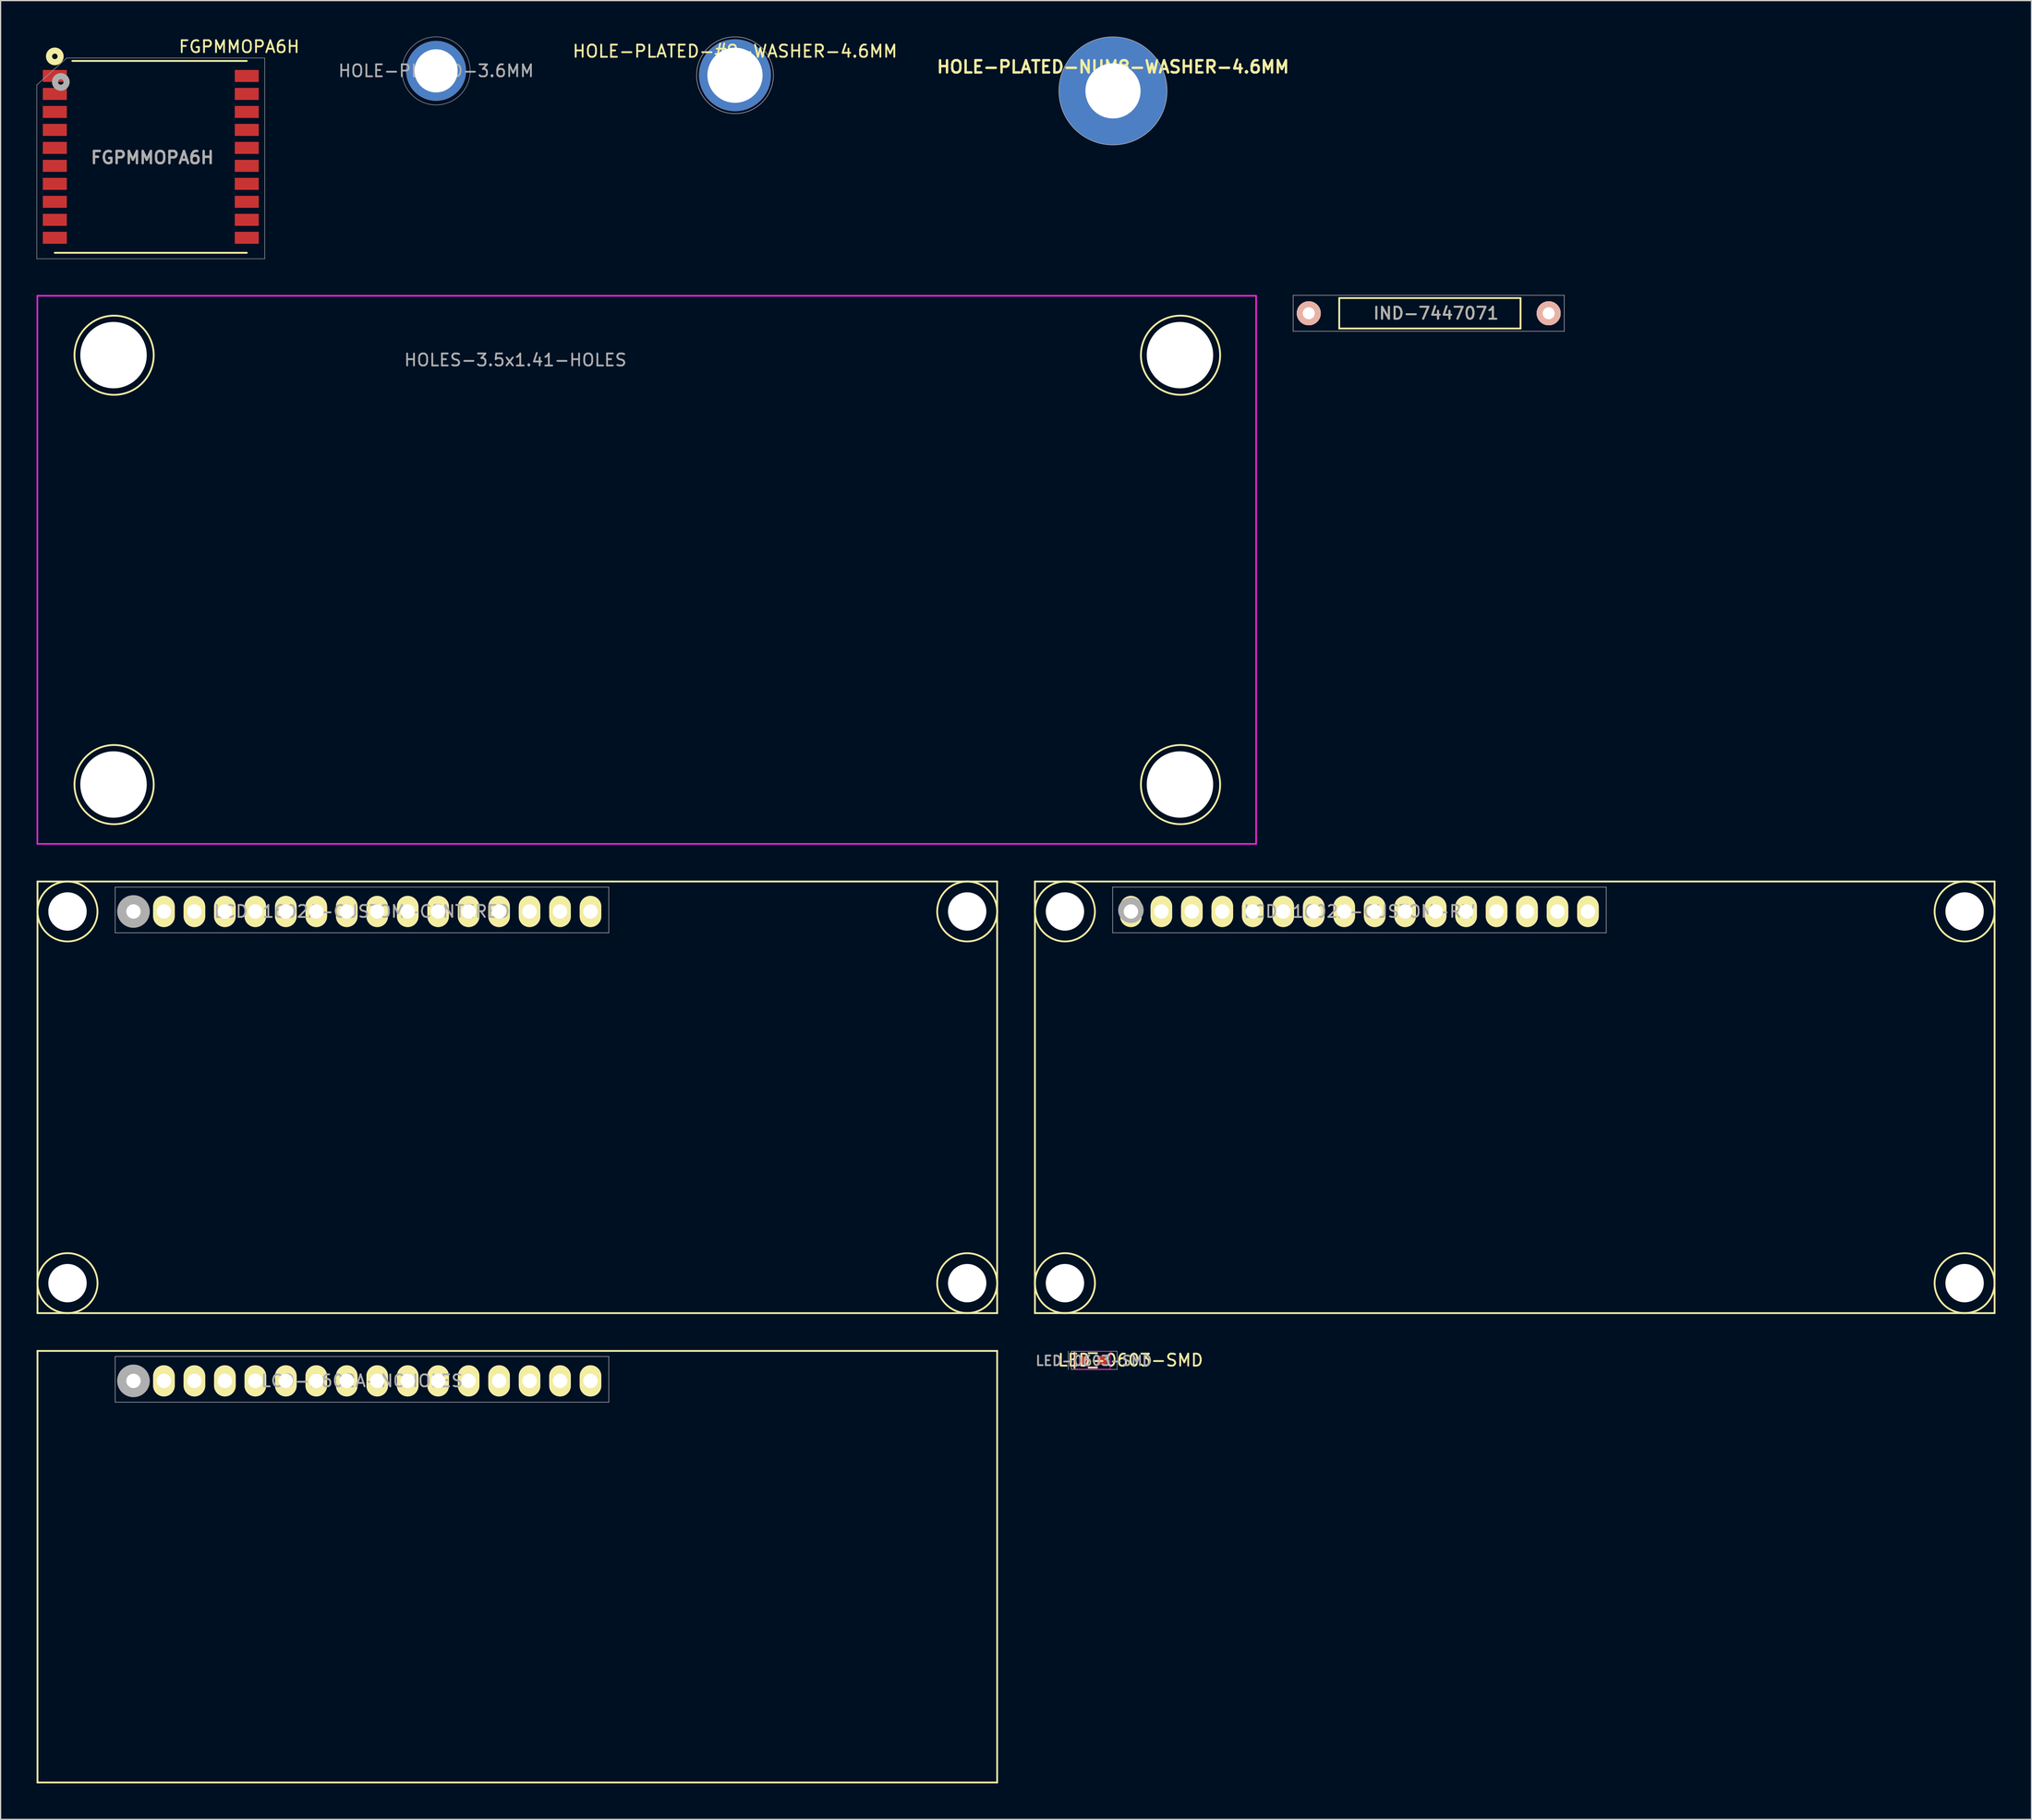
<source format=kicad_pcb>
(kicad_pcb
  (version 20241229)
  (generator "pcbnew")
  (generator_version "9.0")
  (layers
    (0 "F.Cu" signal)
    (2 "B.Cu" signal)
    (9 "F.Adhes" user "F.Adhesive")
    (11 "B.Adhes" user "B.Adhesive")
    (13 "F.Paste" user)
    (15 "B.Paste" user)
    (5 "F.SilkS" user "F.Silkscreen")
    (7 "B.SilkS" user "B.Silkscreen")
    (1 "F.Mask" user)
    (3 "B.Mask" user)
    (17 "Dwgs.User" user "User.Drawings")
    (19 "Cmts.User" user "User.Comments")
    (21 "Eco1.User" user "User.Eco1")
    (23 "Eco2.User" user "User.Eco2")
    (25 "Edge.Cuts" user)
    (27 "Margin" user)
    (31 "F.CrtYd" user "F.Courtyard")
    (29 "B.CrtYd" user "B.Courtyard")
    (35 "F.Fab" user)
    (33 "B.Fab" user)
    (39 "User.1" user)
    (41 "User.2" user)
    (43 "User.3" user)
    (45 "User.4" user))
  (footprint "HOLE-PLATED-#8-WASHER-4.6MM"
    (layer "F.Cu")
    (at 58.22 3.226)
    (property "Reference" "HOLE-PLATED-#8-WASHER-4.6MM" (at 0 -2 0) (layer "F.SilkS") (effects (font (size 1.016 1.016) (thickness 0.152))))
    (attr through_hole)
    (fp_circle (center 0 0) (end 2.5 2) (stroke (width 0.05) (type solid)) (fill no) (layer "F.Fab"))
    (pad "" np_thru_hole circle (at 0 0) (size 6 6) (drill 4.6) (layers "*.Cu")))
  (footprint "FGPMMOPA6H"
    (layer "F.Cu")
    (at 9.52 10.035)
    (property "Reference" "FGPMMOPA6H" (at 0.127 0.064 0) (layer "F.Fab") (effects (font (size 1.016 1.016) (thickness 0.203))))
    (attr through_hole)
    (fp_line (start -6.54 -8.001) (end 8.001 -8.001) (stroke (width 0.152) (type solid)) (layer "F.SilkS"))
    (fp_line (start 8.001 8.001) (end -8.001 8.001) (stroke (width 0.152) (type solid)) (layer "F.SilkS"))
    (fp_circle (center -8 -8.382) (end -7.873 -8.191) (stroke (width 0.508) (type solid)) (fill no) (layer "F.SilkS"))
    (fp_line (start -9.5 -6) (end -9.5 8.5) (stroke (width 0.041) (type solid)) (layer "F.Fab"))
    (fp_line (start -9.5 -6) (end -7 -8.25) (stroke (width 0.041) (type solid)) (layer "F.Fab"))
    (fp_line (start -9.5 8.5) (end 9.5 8.5) (stroke (width 0.041) (type solid)) (layer "F.Fab"))
    (fp_line (start 9.5 -8.25) (end -7 -8.25) (stroke (width 0.041) (type solid)) (layer "F.Fab"))
    (fp_line (start 9.5 8.5) (end 9.5 -8.25) (stroke (width 0.041) (type solid)) (layer "F.Fab"))
    (fp_circle (center -7.5 -6.25) (end -7.373 -6.059) (stroke (width 0.508) (type solid)) (fill no) (layer "F.Fab"))
    (fp_text user "${REFERENCE}" (at 7.366 -9.187 0) (layer "F.SilkS") (effects (font (size 1 1) (thickness 0.15))))
    (pad "1" smd rect (at -8.001 -6.749) (size 1.999 1.001) (layers "F.Cu" "F.Mask" "F.Paste"))
    (pad "2" smd rect (at -8.001 -5.25) (size 1.999 1.001) (layers "F.Cu" "F.Mask" "F.Paste"))
    (pad "3" smd rect (at -8.001 -3.749) (size 1.999 1.001) (layers "F.Cu" "F.Mask" "F.Paste"))
    (pad "4" smd rect (at -8.001 -2.25) (size 1.999 1.001) (layers "F.Cu" "F.Mask" "F.Paste"))
    (pad "5" smd rect (at -8.001 -0.749) (size 1.999 1.001) (layers "F.Cu" "F.Mask" "F.Paste"))
    (pad "6" smd rect (at -8.001 0.749) (size 1.999 1.001) (layers "F.Cu" "F.Mask" "F.Paste"))
    (pad "7" smd rect (at -8.001 2.25) (size 1.999 1.001) (layers "F.Cu" "F.Mask" "F.Paste"))
    (pad "8" smd rect (at -8.001 3.749) (size 1.999 1.001) (layers "F.Cu" "F.Mask" "F.Paste"))
    (pad "9" smd rect (at -8.001 5.25) (size 1.999 1.001) (layers "F.Cu" "F.Mask" "F.Paste"))
    (pad "10" smd rect (at -8.001 6.749) (size 1.999 1.001) (layers "F.Cu" "F.Mask" "F.Paste"))
    (pad "11" smd rect (at 8.001 6.749) (size 1.999 1.001) (layers "F.Cu" "F.Mask" "F.Paste"))
    (pad "12" smd rect (at 8.001 5.25) (size 1.999 1.001) (layers "F.Cu" "F.Mask" "F.Paste"))
    (pad "13" smd rect (at 8.001 3.749) (size 1.999 1.001) (layers "F.Cu" "F.Mask" "F.Paste"))
    (pad "14" smd rect (at 8.001 2.25) (size 1.999 1.001) (layers "F.Cu" "F.Mask" "F.Paste"))
    (pad "15" smd rect (at 8.001 0.749) (size 1.999 1.001) (layers "F.Cu" "F.Mask" "F.Paste"))
    (pad "16" smd rect (at 8.001 -0.749) (size 1.999 1.001) (layers "F.Cu" "F.Mask" "F.Paste"))
    (pad "17" smd rect (at 8.001 -2.25) (size 1.999 1.001) (layers "F.Cu" "F.Mask" "F.Paste"))
    (pad "18" smd rect (at 8.001 -3.749) (size 1.999 1.001) (layers "F.Cu" "F.Mask" "F.Paste"))
    (pad "19" smd rect (at 8.001 -5.25) (size 1.999 1.001) (layers "F.Cu" "F.Mask" "F.Paste"))
    (pad "20" smd rect (at 8.001 -6.749) (size 1.999 1.001) (layers "F.Cu" "F.Mask" "F.Paste")))
  (footprint "LCD-1602A-NOHOLES"
    (layer "F.Cu")
    (at 8.076 112.129)
    (property "Reference" "LCD-1602A-NOHOLES" (at 19.05 0 0) (layer "F.Fab") (effects (font (size 1 1) (thickness 0.15))))
    (attr through_hole)
    (fp_line (start -8.001 -2.499) (end 71.999 -2.499) (stroke (width 0.15) (type solid)) (layer "F.SilkS"))
    (fp_line (start -8.001 33.5) (end -8.001 -2.499) (stroke (width 0.15) (type solid)) (layer "F.SilkS"))
    (fp_line (start 71.999 -2.499) (end 71.999 33.5) (stroke (width 0.15) (type solid)) (layer "F.SilkS"))
    (fp_line (start 71.999 33.5) (end -8.001 33.5) (stroke (width 0.15) (type solid)) (layer "F.SilkS"))
    (fp_line (start -1.524 -2.032) (end -1.524 1.778) (stroke (width 0.05) (type solid)) (layer "F.Fab"))
    (fp_line (start -1.524 1.778) (end 39.624 1.778) (stroke (width 0.05) (type solid)) (layer "F.Fab"))
    (fp_line (start 39.624 -2.032) (end -1.524 -2.032) (stroke (width 0.05) (type solid)) (layer "F.Fab"))
    (fp_line (start 39.624 1.778) (end 39.624 -2.032) (stroke (width 0.05) (type solid)) (layer "F.Fab"))
    (fp_circle (center 0 0) (end 0.2 0.3) (stroke (width 1) (type solid)) (fill no) (layer "F.Fab"))
    (pad "1" thru_hole oval (at 0 0) (size 1.8 2.6) (drill 1.2) (layers "*.Cu" "*.Mask" "F.SilkS"))
    (pad "2" thru_hole oval (at 2.54 0) (size 1.8 2.6) (drill 1.2) (layers "*.Cu" "*.Mask" "F.SilkS"))
    (pad "3" thru_hole oval (at 5.08 0) (size 1.8 2.6) (drill 1.2) (layers "*.Cu" "*.Mask" "F.SilkS"))
    (pad "4" thru_hole oval (at 7.62 0) (size 1.8 2.6) (drill 1.2) (layers "*.Cu" "*.Mask" "F.SilkS"))
    (pad "5" thru_hole oval (at 10.16 0) (size 1.8 2.6) (drill 1.2) (layers "*.Cu" "*.Mask" "F.SilkS"))
    (pad "6" thru_hole oval (at 12.7 0) (size 1.8 2.6) (drill 1.2) (layers "*.Cu" "*.Mask" "F.SilkS"))
    (pad "7" thru_hole oval (at 15.24 0) (size 1.8 2.6) (drill 1.2) (layers "*.Cu" "*.Mask" "F.SilkS"))
    (pad "8" thru_hole oval (at 17.78 0) (size 1.8 2.6) (drill 1.2) (layers "*.Cu" "*.Mask" "F.SilkS"))
    (pad "9" thru_hole oval (at 20.32 0) (size 1.8 2.6) (drill 1.2) (layers "*.Cu" "*.Mask" "F.SilkS"))
    (pad "10" thru_hole oval (at 22.86 0) (size 1.8 2.6) (drill 1.2) (layers "*.Cu" "*.Mask" "F.SilkS"))
    (pad "11" thru_hole oval (at 25.4 0) (size 1.8 2.6) (drill 1.2) (layers "*.Cu" "*.Mask" "F.SilkS"))
    (pad "12" thru_hole oval (at 27.94 0) (size 1.8 2.6) (drill 1.2) (layers "*.Cu" "*.Mask" "F.SilkS"))
    (pad "13" thru_hole oval (at 30.48 0) (size 1.8 2.6) (drill 1.2) (layers "*.Cu" "*.Mask" "F.SilkS"))
    (pad "14" thru_hole oval (at 33.02 0) (size 1.8 2.6) (drill 1.2) (layers "*.Cu" "*.Mask" "F.SilkS"))
    (pad "15" thru_hole oval (at 35.56 0) (size 1.8 2.6) (drill 1.2) (layers "*.Cu" "*.Mask" "F.SilkS"))
    (pad "16" thru_hole oval (at 38.1 0) (size 1.8 2.6) (drill 1.2) (layers "*.Cu" "*.Mask" "F.SilkS")))
  (footprint "HOLES-3.5x1.41-HOLES"
    (layer "F.Cu")
    (at 50.864 44.479)
    (property "Reference" "HOLES-3.5x1.41-HOLES" (at -10.95 -17.5 0) (layer "F.Fab") (effects (font (size 1 1) (thickness 0.15))))
    (attr through_hole)
    (fp_circle (center -44.402 -17.899) (end -41.102 -18) (stroke (width 0.15) (type solid)) (fill no) (layer "F.SilkS"))
    (fp_circle (center -44.402 17.915) (end -41.102 17.814) (stroke (width 0.15) (type solid)) (fill no) (layer "F.SilkS"))
    (fp_circle (center 44.498 -17.899) (end 47.798 -18) (stroke (width 0.15) (type solid)) (fill no) (layer "F.SilkS"))
    (fp_circle (center 44.498 17.915) (end 47.798 17.814) (stroke (width 0.15) (type solid)) (fill no) (layer "F.SilkS"))
    (fp_line (start -50.8 -22.86) (end -50.8 22.86) (stroke (width 0.127) (type solid)) (layer "F.CrtYd"))
    (fp_line (start -50.8 22.86) (end 50.8 22.86) (stroke (width 0.127) (type solid)) (layer "F.CrtYd"))
    (fp_line (start 50.8 -22.86) (end -50.8 -22.86) (stroke (width 0.127) (type solid)) (layer "F.CrtYd"))
    (fp_line (start 50.8 22.86) (end 50.8 -22.86) (stroke (width 0.127) (type solid)) (layer "F.CrtYd"))
    (pad "" np_thru_hole circle (at -44.45 -17.907) (size 5.537 5.537) (drill 5.537) (layers "*.Cu"))
    (pad "" np_thru_hole circle (at -44.45 17.907) (size 5.537 5.537) (drill 5.537) (layers "*.Cu"))
    (pad "" np_thru_hole circle (at 44.45 -17.907) (size 5.537 5.537) (drill 5.537) (layers "*.Cu"))
    (pad "" np_thru_hole circle (at 44.45 17.907) (size 5.537 5.537) (drill 5.537) (layers "*.Cu")))
  (footprint "HOLE-PLATED-NUM8-WASHER-4.6MM"
    (layer "F.Cu")
    (at 89.732 4.532)
    (property "Reference" "HOLE-PLATED-NUM8-WASHER-4.6MM" (at 0 -2 0) (layer "F.SilkS") (effects (font (size 1.016 1.016) (thickness 0.203))))
    (attr through_hole)
    (fp_circle (center 0 0) (end 3.45 2.9) (stroke (width 0.05) (type solid)) (fill no) (layer "F.Fab"))
    (pad "" np_thru_hole circle (at 0 0) (size 9 9) (drill 4.6) (layers "*.Cu")))
  (footprint "LCD-1602A-CUSTOM-CENTERED"
    (layer "F.Cu")
    (at 40.076 88.481)
    (property "Reference" "LCD-1602A-CUSTOM-CENTERED" (at -12.95 -15.504 0) (layer "F.Fab") (effects (font (size 1 1) (thickness 0.15))))
    (attr through_hole)
    (fp_line (start -40.001 -18.003) (end 39.999 -18.003) (stroke (width 0.15) (type solid)) (layer "F.SilkS"))
    (fp_line (start -40.001 17.997) (end -40.001 -18.003) (stroke (width 0.15) (type solid)) (layer "F.SilkS"))
    (fp_line (start 39.999 -18.003) (end 39.999 17.997) (stroke (width 0.15) (type solid)) (layer "F.SilkS"))
    (fp_line (start 39.999 17.997) (end -40.001 17.997) (stroke (width 0.15) (type solid)) (layer "F.SilkS"))
    (fp_circle (center -37.499 -15.504) (end -35 -15.504) (stroke (width 0.15) (type solid)) (fill no) (layer "F.SilkS"))
    (fp_circle (center -37.499 15.497) (end -40.001 15.497) (stroke (width 0.15) (type solid)) (fill no) (layer "F.SilkS"))
    (fp_circle (center 37.5 -15.504) (end 39.999 -15.504) (stroke (width 0.15) (type solid)) (fill no) (layer "F.SilkS"))
    (fp_circle (center 37.5 15.497) (end 39.999 15.497) (stroke (width 0.15) (type solid)) (fill no) (layer "F.SilkS"))
    (fp_line (start -33.524 -17.535) (end -33.524 -13.726) (stroke (width 0.05) (type solid)) (layer "F.Fab"))
    (fp_line (start -33.524 -13.726) (end 7.624 -13.726) (stroke (width 0.05) (type solid)) (layer "F.Fab"))
    (fp_line (start 7.624 -17.535) (end -33.524 -17.535) (stroke (width 0.05) (type solid)) (layer "F.Fab"))
    (fp_line (start 7.624 -13.726) (end 7.624 -17.535) (stroke (width 0.05) (type solid)) (layer "F.Fab"))
    (fp_circle (center -32 -15.504) (end -31.8 -15.204) (stroke (width 1) (type solid)) (fill no) (layer "F.Fab"))
    (pad "" np_thru_hole circle (at -37.499 -15.504) (size 3.2 3.2) (drill 3.2) (layers "*.Cu"))
    (pad "" np_thru_hole circle (at -37.499 15.497) (size 3.2 3.2) (drill 3.2) (layers "*.Cu"))
    (pad "" np_thru_hole circle (at 37.5 -15.504) (size 3.2 3.2) (drill 3.2) (layers "*.Cu"))
    (pad "" np_thru_hole circle (at 37.5 15.497) (size 3.2 3.2) (drill 3.2) (layers "*.Cu"))
    (pad "1" thru_hole oval (at -32 -15.504) (size 1.8 2.6) (drill 1.2) (layers "*.Cu" "*.Mask" "F.SilkS"))
    (pad "2" thru_hole oval (at -29.46 -15.504) (size 1.8 2.6) (drill 1.2) (layers "*.Cu" "*.Mask" "F.SilkS"))
    (pad "3" thru_hole oval (at -26.92 -15.504) (size 1.8 2.6) (drill 1.2) (layers "*.Cu" "*.Mask" "F.SilkS"))
    (pad "4" thru_hole oval (at -24.38 -15.504) (size 1.8 2.6) (drill 1.2) (layers "*.Cu" "*.Mask" "F.SilkS"))
    (pad "5" thru_hole oval (at -21.84 -15.504) (size 1.8 2.6) (drill 1.2) (layers "*.Cu" "*.Mask" "F.SilkS"))
    (pad "6" thru_hole oval (at -19.3 -15.504) (size 1.8 2.6) (drill 1.2) (layers "*.Cu" "*.Mask" "F.SilkS"))
    (pad "7" thru_hole oval (at -16.76 -15.504) (size 1.8 2.6) (drill 1.2) (layers "*.Cu" "*.Mask" "F.SilkS"))
    (pad "8" thru_hole oval (at -14.22 -15.504) (size 1.8 2.6) (drill 1.2) (layers "*.Cu" "*.Mask" "F.SilkS"))
    (pad "9" thru_hole oval (at -11.68 -15.504) (size 1.8 2.6) (drill 1.2) (layers "*.Cu" "*.Mask" "F.SilkS"))
    (pad "10" thru_hole oval (at -9.14 -15.504) (size 1.8 2.6) (drill 1.2) (layers "*.Cu" "*.Mask" "F.SilkS"))
    (pad "11" thru_hole oval (at -6.6 -15.504) (size 1.8 2.6) (drill 1.2) (layers "*.Cu" "*.Mask" "F.SilkS"))
    (pad "12" thru_hole oval (at -4.06 -15.504) (size 1.8 2.6) (drill 1.2) (layers "*.Cu" "*.Mask" "F.SilkS"))
    (pad "13" thru_hole oval (at -1.52 -15.504) (size 1.8 2.6) (drill 1.2) (layers "*.Cu" "*.Mask" "F.SilkS"))
    (pad "14" thru_hole oval (at 1.02 -15.504) (size 1.8 2.6) (drill 1.2) (layers "*.Cu" "*.Mask" "F.SilkS"))
    (pad "15" thru_hole oval (at 3.56 -15.504) (size 1.8 2.6) (drill 1.2) (layers "*.Cu" "*.Mask" "F.SilkS"))
    (pad "16" thru_hole oval (at 6.1 -15.504) (size 1.8 2.6) (drill 1.2) (layers "*.Cu" "*.Mask" "F.SilkS")))
  (footprint "LED-0603-SMD"
    (layer "F.Cu")
    (at 88.043 110.416)
    (property "Reference" "LED-0603-SMD" (at 0.09 0.04 0) (layer "F.Fab") (effects (font (size 0.8 0.8) (thickness 0.15))))
    (attr smd)
    (fp_line (start -1.525 0.65) (end -1.525 -0.65) (stroke (width 0.127) (type solid)) (layer "F.SilkS"))
    (fp_line (start -0.35 -0.6) (end 0.35 -0.6) (stroke (width 0.15) (type solid)) (layer "F.SilkS"))
    (fp_line (start 0.35 0.6) (end -0.35 0.6) (stroke (width 0.15) (type solid)) (layer "F.SilkS"))
    (fp_line (start -1.45 -0.75) (end -1.45 0.75) (stroke (width 0.05) (type solid)) (layer "F.CrtYd"))
    (fp_line (start -1.45 -0.75) (end 1.45 -0.762) (stroke (width 0.05) (type solid)) (layer "F.CrtYd"))
    (fp_line (start -1.45 0.75) (end 1.45 0.75) (stroke (width 0.05) (type solid)) (layer "F.CrtYd"))
    (fp_line (start 1.45 -0.75) (end 1.45 0.75) (stroke (width 0.05) (type solid)) (layer "F.CrtYd"))
    (fp_line (start -2.032 -0.762) (end -2.032 0.762) (stroke (width 0.05) (type solid)) (layer "F.Fab"))
    (fp_line (start -1.778 -0.762) (end 2.032 -0.762) (stroke (width 0.05) (type solid)) (layer "F.Fab"))
    (fp_line (start -1.778 -0.75) (end -1.778 0.75) (stroke (width 0.05) (type solid)) (layer "F.Fab"))
    (fp_line (start -1.778 0.762) (end 2.032 0.762) (stroke (width 0.05) (type solid)) (layer "F.Fab"))
    (fp_line (start 2.032 -0.75) (end 2.032 0.75) (stroke (width 0.05) (type solid)) (layer "F.Fab"))
    (fp_text user "${REFERENCE}" (at 3.15 -0.013 180) (layer "F.SilkS") (effects (font (size 1 1) (thickness 0.15))))
    (pad "1" smd rect (at -0.75 0) (size 0.8 0.75) (layers "F.Cu" "F.Mask" "F.Paste"))
    (pad "2" smd rect (at 0.75 0) (size 0.8 0.75) (layers "F.Cu" "F.Mask" "F.Paste")))
  (footprint "LCD-1602A-CUSTOM-RW"
    (layer "F.Cu")
    (at 91.226 72.977)
    (property "Reference" "LCD-1602A-CUSTOM-RW" (at 19.05 0 0) (layer "F.Fab") (effects (font (size 1 1) (thickness 0.15))))
    (attr through_hole)
    (fp_line (start -8.001 -2.499) (end 71.999 -2.499) (stroke (width 0.15) (type solid)) (layer "F.SilkS"))
    (fp_line (start -8.001 33.5) (end -8.001 -2.499) (stroke (width 0.15) (type solid)) (layer "F.SilkS"))
    (fp_line (start 71.999 -2.499) (end 71.999 33.5) (stroke (width 0.15) (type solid)) (layer "F.SilkS"))
    (fp_line (start 71.999 33.5) (end -8.001 33.5) (stroke (width 0.15) (type solid)) (layer "F.SilkS"))
    (fp_circle (center -5.499 0) (end -3 0) (stroke (width 0.15) (type solid)) (fill no) (layer "F.SilkS"))
    (fp_circle (center -5.499 31.001) (end -8.001 31.001) (stroke (width 0.15) (type solid)) (fill no) (layer "F.SilkS"))
    (fp_circle (center 69.499 0) (end 71.999 0) (stroke (width 0.15) (type solid)) (fill no) (layer "F.SilkS"))
    (fp_circle (center 69.499 31.001) (end 71.999 31.001) (stroke (width 0.15) (type solid)) (fill no) (layer "F.SilkS"))
    (fp_line (start -1.524 -2.032) (end -1.524 1.778) (stroke (width 0.05) (type solid)) (layer "F.Fab"))
    (fp_line (start -1.524 1.778) (end 39.624 1.778) (stroke (width 0.05) (type solid)) (layer "F.Fab"))
    (fp_line (start 39.624 -2.032) (end -1.524 -2.032) (stroke (width 0.05) (type solid)) (layer "F.Fab"))
    (fp_line (start 39.624 1.778) (end 39.624 -2.032) (stroke (width 0.05) (type solid)) (layer "F.Fab"))
    (fp_circle (center 0 -0.1) (end 0.4 0.3) (stroke (width 1) (type solid)) (fill no) (layer "F.Fab"))
    (pad "" np_thru_hole circle (at -5.499 0) (size 3.2 3.2) (drill 3.2) (layers "*.Cu"))
    (pad "" np_thru_hole circle (at -5.499 31.001) (size 3.2 3.2) (drill 3.2) (layers "*.Cu" "*.Mask"))
    (pad "" np_thru_hole circle (at 69.499 0) (size 3.2 3.2) (drill 3.2) (layers "*.Cu"))
    (pad "" np_thru_hole circle (at 69.499 31.001) (size 3.2 3.2) (drill 3.2) (layers "*.Cu"))
    (pad "1" thru_hole oval (at 0 0) (size 1.8 2.6) (drill 1.2) (layers "*.Cu" "*.Mask" "F.SilkS"))
    (pad "2" thru_hole oval (at 2.54 0) (size 1.8 2.6) (drill 1.2) (layers "*.Cu" "*.Mask" "F.SilkS"))
    (pad "3" thru_hole oval (at 5.08 0) (size 1.8 2.6) (drill 1.2) (layers "*.Cu" "*.Mask" "F.SilkS"))
    (pad "4" thru_hole oval (at 7.62 0) (size 1.8 2.6) (drill 1.2) (layers "*.Cu" "*.Mask" "F.SilkS"))
    (pad "5" thru_hole oval (at 10.16 0) (size 1.8 2.6) (drill 1.2) (layers "*.Cu" "*.Mask" "F.SilkS"))
    (pad "6" thru_hole oval (at 12.7 0) (size 1.8 2.6) (drill 1.2) (layers "*.Cu" "*.Mask" "F.SilkS"))
    (pad "7" thru_hole oval (at 15.24 0) (size 1.8 2.6) (drill 1.2) (layers "*.Cu" "*.Mask" "F.SilkS"))
    (pad "8" thru_hole oval (at 17.78 0) (size 1.8 2.6) (drill 1.2) (layers "*.Cu" "*.Mask" "F.SilkS"))
    (pad "9" thru_hole oval (at 20.32 0) (size 1.8 2.6) (drill 1.2) (layers "*.Cu" "*.Mask" "F.SilkS"))
    (pad "10" thru_hole oval (at 22.86 0) (size 1.8 2.6) (drill 1.2) (layers "*.Cu" "*.Mask" "F.SilkS"))
    (pad "11" thru_hole oval (at 25.4 0) (size 1.8 2.6) (drill 1.2) (layers "*.Cu" "*.Mask" "F.SilkS"))
    (pad "12" thru_hole oval (at 27.94 0) (size 1.8 2.6) (drill 1.2) (layers "*.Cu" "*.Mask" "F.SilkS"))
    (pad "13" thru_hole oval (at 30.48 0) (size 1.8 2.6) (drill 1.2) (layers "*.Cu" "*.Mask" "F.SilkS"))
    (pad "14" thru_hole oval (at 33.02 0) (size 1.8 2.6) (drill 1.2) (layers "*.Cu" "*.Mask" "F.SilkS"))
    (pad "15" thru_hole oval (at 35.56 0) (size 1.8 2.6) (drill 1.2) (layers "*.Cu" "*.Mask" "F.SilkS"))
    (pad "16" thru_hole oval (at 38.1 0) (size 1.8 2.6) (drill 1.2) (layers "*.Cu" "*.Mask" "F.SilkS")))
  (footprint "HOLE-PLATED-3.6MM"
    (layer "F.Cu")
    (at 33.303 2.86)
    (property "Reference" "HOLE-PLATED-3.6MM" (at 0 0 0) (layer "F.Fab") (effects (font (size 1 1) (thickness 0.15))))
    (attr through_hole)
    (fp_circle (center 0 0) (end 2.54 1.27) (stroke (width 0.041) (type solid)) (fill no) (layer "F.Fab"))
    (pad "1" thru_hole circle (at 0 0) (size 5 5) (drill 3.6) (layers "*.Cu")))
  (footprint "IND-7447071"
    (layer "F.Cu")
    (at 106.052 23.081)
    (property "Reference" "IND-7447071" (at 10.625 0 0) (layer "F.Fab") (effects (font (size 1 1) (thickness 0.15))))
    (attr through_hole)
    (fp_line (start 2.54 -1.27) (end 17.653 -1.27) (stroke (width 0.15) (type solid)) (layer "F.SilkS"))
    (fp_line (start 2.54 1.27) (end 2.54 -1.27) (stroke (width 0.15) (type solid)) (layer "F.SilkS"))
    (fp_line (start 17.653 -1.27) (end 17.653 1.27) (stroke (width 0.15) (type solid)) (layer "F.SilkS"))
    (fp_line (start 17.653 1.27) (end 2.54 1.27) (stroke (width 0.15) (type solid)) (layer "F.SilkS"))
    (fp_line (start -1.3 -1.5) (end -1.3 1.5) (stroke (width 0.05) (type solid)) (layer "F.Fab"))
    (fp_line (start -1.3 1.5) (end 21.3 1.5) (stroke (width 0.05) (type solid)) (layer "F.Fab"))
    (fp_line (start 21.3 -1.5) (end -1.3 -1.5) (stroke (width 0.05) (type solid)) (layer "F.Fab"))
    (fp_line (start 21.3 1.5) (end 21.3 -1.5) (stroke (width 0.05) (type solid)) (layer "F.Fab"))
    (fp_text user "${REFERENCE}" (at 10.6 0 0) (layer "F.SilkS") (effects (font (size 1 1) (thickness 0.15))))
    (pad "1" thru_hole circle (at 0 0) (size 1.999 1.999) (drill 1.001) (layers "*.Cu" "*.SilkS" "*.Mask"))
    (pad "2" thru_hole circle (at 20 0) (size 1.999 1.999) (drill 1.001) (layers "*.Cu" "*.SilkS" "*.Mask")))
  (gr_rect
    (start -3 -3)
    (end 166.3 148.704)
    (stroke (width 0.1) (type default))
    (fill no)
    (layer "Edge.Cuts")))
</source>
